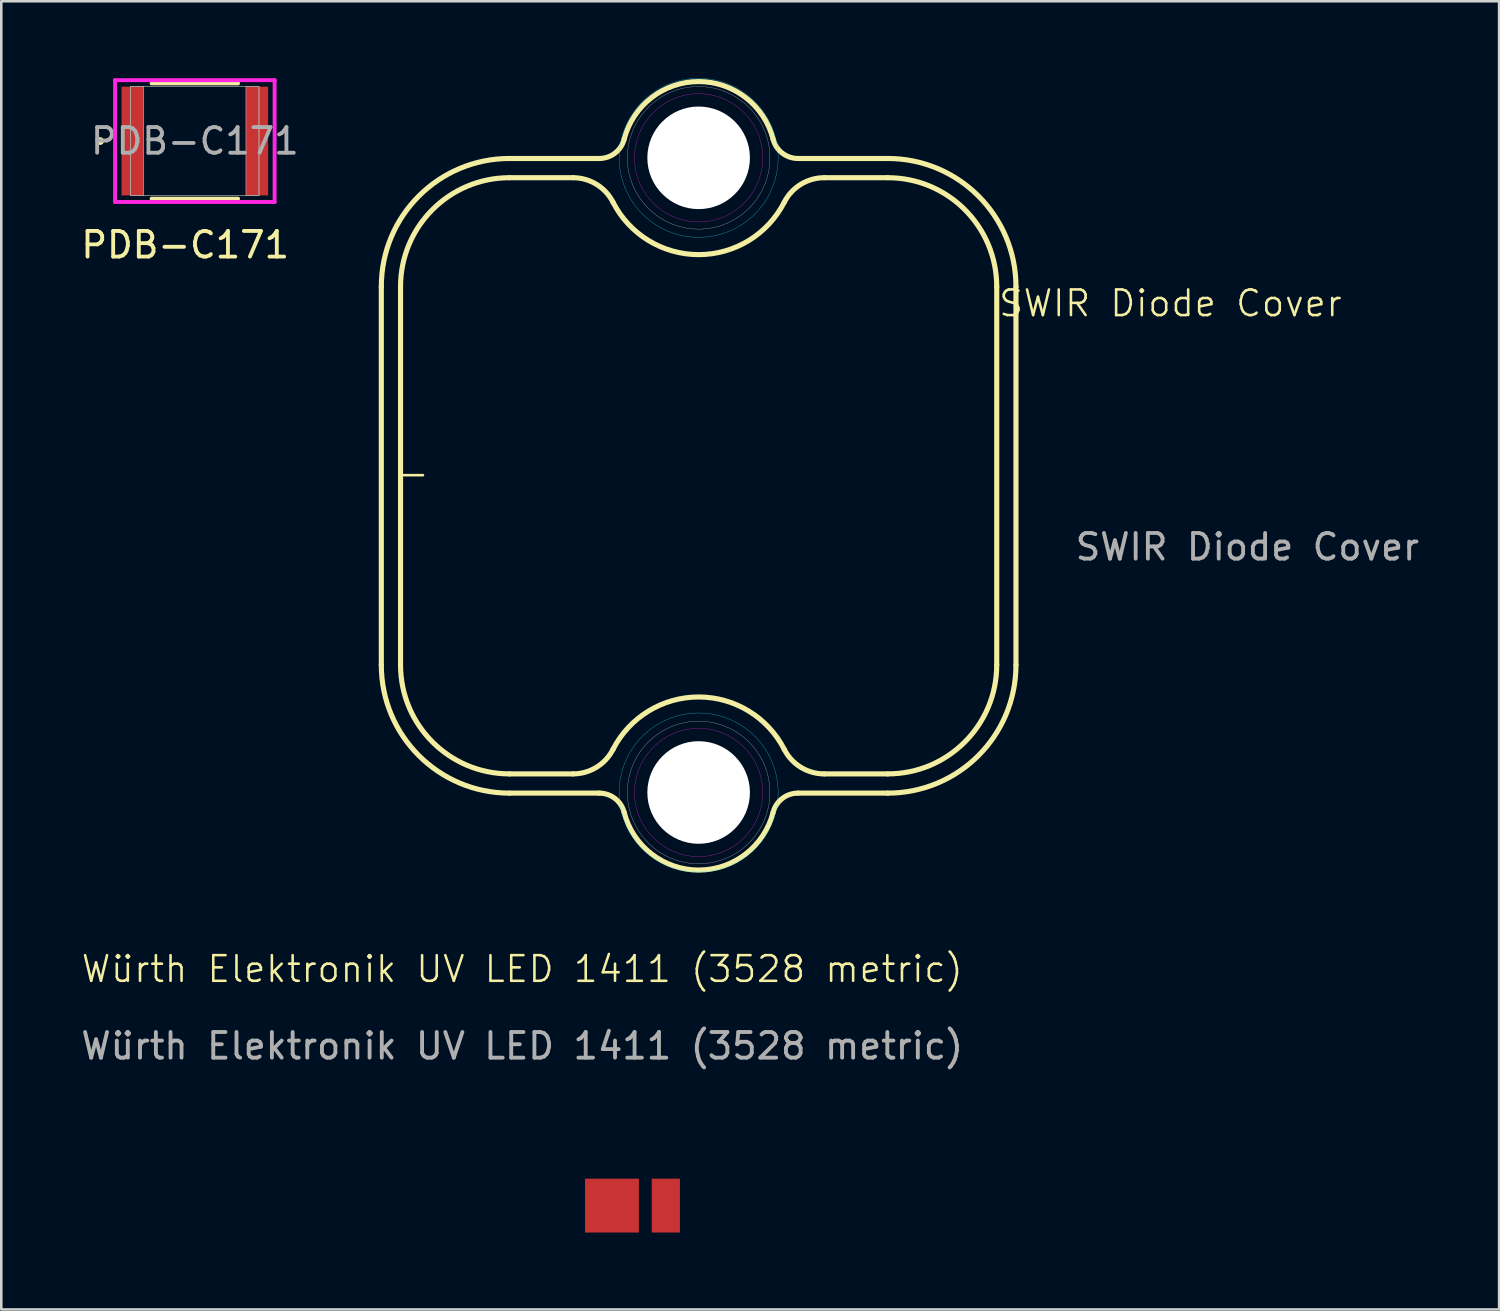
<source format=kicad_pcb>
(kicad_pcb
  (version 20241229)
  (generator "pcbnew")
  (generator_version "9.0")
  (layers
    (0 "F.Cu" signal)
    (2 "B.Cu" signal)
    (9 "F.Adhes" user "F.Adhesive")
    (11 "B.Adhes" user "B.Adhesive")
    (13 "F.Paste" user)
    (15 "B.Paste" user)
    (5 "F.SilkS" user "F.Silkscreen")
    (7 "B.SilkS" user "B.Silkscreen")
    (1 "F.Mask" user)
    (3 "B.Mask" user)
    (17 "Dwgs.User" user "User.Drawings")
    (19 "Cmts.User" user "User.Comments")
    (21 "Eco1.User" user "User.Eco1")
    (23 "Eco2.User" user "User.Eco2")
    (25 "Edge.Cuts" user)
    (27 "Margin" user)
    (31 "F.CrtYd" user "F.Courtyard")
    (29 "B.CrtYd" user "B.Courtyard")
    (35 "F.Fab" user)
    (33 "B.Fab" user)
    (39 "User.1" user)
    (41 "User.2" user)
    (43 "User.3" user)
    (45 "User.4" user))
  (footprint "SWIR Diode Cover"
    (layer "F.Cu")
    (at 24.195 15.48)
    (property "Reference" "SWIR Diode Cover" (at 18.4 -6.7 0) (unlocked yes) (layer "F.SilkS") (effects (font (size 1 1) (thickness 0.1))))
    (attr smd)
    (fp_circle (center 0 -12.375) (end 2.1 -12.375) (stroke (width 0.2) (type solid)) (fill yes) (layer "F.Mask"))
    (fp_circle (center 0 12.375) (end 2.1 12.375) (stroke (width 0.2) (type solid)) (fill yes) (layer "F.Mask"))
    (fp_circle (center 0 -12.375) (end 2.75 -12.375) (stroke (width 0.2) (type solid)) (fill yes) (layer "B.Mask"))
    (fp_circle (center 0 12.375) (end 2.75 12.375) (stroke (width 0.2) (type solid)) (fill yes) (layer "B.Mask"))
    (fp_line (start -12.375 7.4) (end -12.375 -7.35) (stroke (width 0.2) (type default)) (layer "F.SilkS"))
    (fp_line (start -11.625 7.4) (end -11.625 -7.35) (stroke (width 0.2) (type default)) (layer "F.SilkS"))
    (fp_line (start -11.5 0) (end -10.75 0) (stroke (width 0.1) (type default)) (layer "F.SilkS"))
    (fp_line (start -7.375 -11.6) (end -4.899 -11.6) (stroke (width 0.2) (type default)) (layer "F.SilkS"))
    (fp_line (start -4.899 11.65) (end -7.375 11.65) (stroke (width 0.2) (type default)) (layer "F.SilkS"))
    (fp_line (start -3.873 -12.35) (end -7.375 -12.35) (stroke (width 0.2) (type default)) (layer "F.SilkS"))
    (fp_line (start -3.873 12.4) (end -7.375 12.4) (stroke (width 0.2) (type default)) (layer "F.SilkS"))
    (fp_line (start 4.904 -11.6) (end 7.375 -11.6) (stroke (width 0.2) (type default)) (layer "F.SilkS"))
    (fp_line (start 7.375 -12.35) (end 3.873 -12.35) (stroke (width 0.2) (type default)) (layer "F.SilkS"))
    (fp_line (start 7.375 11.65) (end 4.899 11.65) (stroke (width 0.2) (type default)) (layer "F.SilkS"))
    (fp_line (start 7.375 12.4) (end 3.87 12.4) (stroke (width 0.2) (type default)) (layer "F.SilkS"))
    (fp_line (start 11.625 -7.35) (end 11.625 7.4) (stroke (width 0.2) (type default)) (layer "F.SilkS"))
    (fp_line (start 12.375 7.4) (end 12.375 -7.35) (stroke (width 0.2) (type default)) (layer "F.SilkS"))
    (fp_arc (start -12.375 -7.349999) (mid -10.910535 -10.885533) (end -7.375001 -12.35) (stroke (width 0.2) (type default)) (layer "F.SilkS"))
    (fp_arc (start -11.625 -7.350001) (mid -10.380204 -10.355204) (end -7.375001 -11.6) (stroke (width 0.2) (type default)) (layer "F.SilkS"))
    (fp_arc (start -7.375001 11.65) (mid -10.380204 10.405204) (end -11.625 7.400001) (stroke (width 0.2) (type default)) (layer "F.SilkS"))
    (fp_arc (start -7.374999 12.4) (mid -10.910533 10.935535) (end -12.375 7.400001) (stroke (width 0.2) (type default)) (layer "F.SilkS"))
    (fp_arc (start -4.89898 -11.6) (mid -3.985072 -11.342405) (end -3.340213 -10.645455) (stroke (width 0.2) (type default)) (layer "F.SilkS"))
    (fp_arc (start -3.872984 12.4) (mid -3.260612 12.609431) (end -2.904738 13.15) (stroke (width 0.2) (type default)) (layer "F.SilkS"))
    (fp_arc (start -3.340213 10.695455) (mid -3.985072 11.392405) (end -4.89898 11.65) (stroke (width 0.2) (type default)) (layer "F.SilkS"))
    (fp_arc (start -3.340213 10.695455) (mid 0 8.65) (end 3.340213 10.695455) (stroke (width 0.2) (type default)) (layer "F.SilkS"))
    (fp_arc (start -2.904738 -13.1) (mid -3.260611 -12.55943) (end -3.872984 -12.35) (stroke (width 0.2) (type default)) (layer "F.SilkS"))
    (fp_arc (start -2.904738 -13.1) (mid 0 -15.35) (end 2.904738 -13.1) (stroke (width 0.2) (type default)) (layer "F.SilkS"))
    (fp_arc (start 2.904738 13.15) (mid 0 15.4) (end -2.904738 13.15) (stroke (width 0.2) (type default)) (layer "F.SilkS"))
    (fp_arc (start 2.904738 13.15) (mid 3.259246 12.610489) (end 3.869526 12.4) (stroke (width 0.2) (type default)) (layer "F.SilkS"))
    (fp_arc (start 3.340213 -10.645455) (mid 0 -8.6) (end -3.340213 -10.645455) (stroke (width 0.2) (type default)) (layer "F.SilkS"))
    (fp_arc (start 3.340213 -10.645455) (mid 3.987184 -11.343697) (end 4.903929 -11.6) (stroke (width 0.2) (type default)) (layer "F.SilkS"))
    (fp_arc (start 3.87298 -12.35) (mid 3.26061 -12.559431) (end 2.904738 -13.1) (stroke (width 0.2) (type default)) (layer "F.SilkS"))
    (fp_arc (start 4.89898 11.65) (mid 3.985072 11.392405) (end 3.340213 10.695455) (stroke (width 0.2) (type default)) (layer "F.SilkS"))
    (fp_arc (start 7.375 -12.35) (mid 10.910534 -10.885534) (end 12.375 -7.35) (stroke (width 0.2) (type default)) (layer "F.SilkS"))
    (fp_arc (start 7.375 -11.6) (mid 10.380204 -10.355204) (end 11.625 -7.35) (stroke (width 0.2) (type default)) (layer "F.SilkS"))
    (fp_arc (start 11.625 7.4) (mid 10.380204 10.405204) (end 7.375 11.65) (stroke (width 0.2) (type default)) (layer "F.SilkS"))
    (fp_arc (start 12.375 7.4) (mid 10.910534 10.935534) (end 7.375 12.4) (stroke (width 0.2) (type default)) (layer "F.SilkS"))
    (fp_circle (center 0 -12.35) (end 1.2 -12.35) (stroke (width 0.2) (type default)) (fill no) (layer "F.SilkS"))
    (fp_circle (center 0 12.4) (end 1.2 12.4) (stroke (width 0.2) (type default)) (fill no) (layer "F.SilkS"))
    (fp_circle (center 0 -12.375) (end 3.1 -12.375) (stroke (width 0.01) (type solid)) (fill no) (layer "B.CrtYd"))
    (fp_circle (center 0 12.375) (end 3.1 12.375) (stroke (width 0.01) (type solid)) (fill no) (layer "B.CrtYd"))
    (fp_circle (center 0 -12.375) (end 2.5 -12.375) (stroke (width 0.01) (type solid)) (fill no) (layer "F.CrtYd"))
    (fp_circle (center 0 12.375) (end 2.5 12.375) (stroke (width 0.01) (type solid)) (fill no) (layer "F.CrtYd"))
    (fp_circle (center 0 -12.375) (end 1.2 -12.375) (stroke (width 0.01) (type solid)) (fill no) (layer "B.Fab"))
    (fp_circle (center 0 -12.375) (end 2.78 -12.375) (stroke (width 0.01) (type solid)) (fill no) (layer "B.Fab"))
    (fp_circle (center 0 12.375) (end 1.2 12.375) (stroke (width 0.01) (type solid)) (fill no) (layer "B.Fab"))
    (fp_circle (center 0 12.375) (end 2.78 12.375) (stroke (width 0.01) (type solid)) (fill no) (layer "B.Fab"))
    (fp_circle (center 0 -12.375) (end 1.2 -12.375) (stroke (width 0.01) (type solid)) (fill no) (layer "F.Fab"))
    (fp_circle (center 0 -12.375) (end 2.78 -12.375) (stroke (width 0.01) (type solid)) (fill no) (layer "F.Fab"))
    (fp_circle (center 0 12.375) (end 1.2 12.375) (stroke (width 0.01) (type solid)) (fill no) (layer "F.Fab"))
    (fp_circle (center 0 12.375) (end 2.78 12.375) (stroke (width 0.01) (type solid)) (fill no) (layer "F.Fab"))
    (fp_text user "${REFERENCE}" (at 21.4 2.8 0) (unlocked yes) (layer "F.Fab") (effects (font (size 1 1) (thickness 0.15))))
    (pad "" np_thru_hole circle (at 0 -12.375) (size 4 4) (drill 4) (layers "*.Cu" "*.Mask"))
    (pad "" np_thru_hole circle (at 0 12.375) (size 4 4) (drill 4) (layers "*.Cu" "*.Mask"))
    (zone (net_name "") (layer "F.Cu") (hatch edge 0.508) (connect_pads) (min_thickness 0.254) (filled_areas_thickness no) (keepout (tracks not_allowed) (vias not_allowed) (pads allowed) (copperpour not_allowed) (footprints allowed)) (placement (enabled no)) (fill) (polygon (pts (xy 26.395 3.105) (xy 26.362 2.723) (xy 26.263 2.353) (xy 26.1 2.005) (xy 25.881 1.691) (xy 25.609 1.42) (xy 25.295 1.2) (xy 24.948 1.038) (xy 24.577 0.938) (xy 24.195 0.905) (xy 23.813 0.938) (xy 23.443 1.038) (xy 23.095 1.2) (xy 22.781 1.42) (xy 22.51 1.691) (xy 22.29 2.005) (xy 22.128 2.353) (xy 22.029 2.723) (xy 21.995 3.105) (xy 22.029 3.487) (xy 22.128 3.857) (xy 22.29 4.205) (xy 22.51 4.519) (xy 22.781 4.79) (xy 23.095 5.01) (xy 23.443 5.172) (xy 23.813 5.272) (xy 24.195 5.305) (xy 24.577 5.272) (xy 24.948 5.172) (xy 25.295 5.01) (xy 25.609 4.79) (xy 25.881 4.519) (xy 26.1 4.205) (xy 26.263 3.857) (xy 26.362 3.487))))
    (zone (net_name "") (layer "F.Cu") (hatch edge 0.508) (connect_pads) (min_thickness 0.254) (filled_areas_thickness no) (keepout (tracks not_allowed) (vias not_allowed) (pads allowed) (copperpour not_allowed) (footprints allowed)) (placement (enabled no)) (fill) (polygon (pts (xy 26.395 27.855) (xy 26.362 27.473) (xy 26.263 27.103) (xy 26.1 26.755) (xy 25.881 26.441) (xy 25.609 26.17) (xy 25.295 25.95) (xy 24.948 25.788) (xy 24.577 25.688) (xy 24.195 25.655) (xy 23.813 25.688) (xy 23.443 25.788) (xy 23.095 25.95) (xy 22.781 26.17) (xy 22.51 26.441) (xy 22.29 26.755) (xy 22.128 27.103) (xy 22.029 27.473) (xy 21.995 27.855) (xy 22.029 28.237) (xy 22.128 28.607) (xy 22.29 28.955) (xy 22.51 29.269) (xy 22.781 29.54) (xy 23.095 29.76) (xy 23.443 29.922) (xy 23.813 30.022) (xy 24.195 30.055) (xy 24.577 30.022) (xy 24.948 29.922) (xy 25.295 29.76) (xy 25.609 29.54) (xy 25.881 29.269) (xy 26.1 28.955) (xy 26.263 28.607) (xy 26.362 28.237))))
    (zone (net_name "") (layer "B.Cu") (hatch edge 0.508) (connect_pads) (min_thickness 0.254) (filled_areas_thickness no) (keepout (tracks not_allowed) (vias not_allowed) (pads allowed) (copperpour not_allowed) (footprints allowed)) (placement (enabled no)) (fill) (polygon (pts (xy 27.195 3.105) (xy 27.15 2.584) (xy 27.014 2.079) (xy 26.793 1.605) (xy 26.493 1.177) (xy 26.124 0.807) (xy 25.695 0.507) (xy 25.221 0.286) (xy 24.716 0.151) (xy 24.195 0.105) (xy 23.674 0.151) (xy 23.169 0.286) (xy 22.695 0.507) (xy 22.267 0.807) (xy 21.897 1.177) (xy 21.597 1.605) (xy 21.376 2.079) (xy 21.241 2.584) (xy 21.195 3.105) (xy 21.241 3.626) (xy 21.376 4.131) (xy 21.597 4.605) (xy 21.897 5.033) (xy 22.267 5.403) (xy 22.695 5.703) (xy 23.169 5.924) (xy 23.674 6.059) (xy 24.195 6.105) (xy 24.716 6.059) (xy 25.221 5.924) (xy 25.695 5.703) (xy 26.124 5.403) (xy 26.493 5.033) (xy 26.793 4.605) (xy 27.014 4.131) (xy 27.15 3.626))))
    (zone (net_name "") (layer "B.Cu") (hatch edge 0.508) (connect_pads) (min_thickness 0.254) (filled_areas_thickness no) (keepout (tracks not_allowed) (vias not_allowed) (pads allowed) (copperpour not_allowed) (footprints allowed)) (placement (enabled no)) (fill) (polygon (pts (xy 27.195 27.855) (xy 27.15 27.334) (xy 27.014 26.829) (xy 26.793 26.355) (xy 26.493 25.927) (xy 26.124 25.557) (xy 25.695 25.257) (xy 25.221 25.036) (xy 24.716 24.901) (xy 24.195 24.855) (xy 23.674 24.901) (xy 23.169 25.036) (xy 22.695 25.257) (xy 22.267 25.557) (xy 21.897 25.927) (xy 21.597 26.355) (xy 21.376 26.829) (xy 21.241 27.334) (xy 21.195 27.855) (xy 21.241 28.376) (xy 21.376 28.881) (xy 21.597 29.355) (xy 21.897 29.783) (xy 22.267 30.153) (xy 22.695 30.453) (xy 23.169 30.674) (xy 23.674 30.809) (xy 24.195 30.855) (xy 24.716 30.809) (xy 25.221 30.674) (xy 25.695 30.453) (xy 26.124 30.153) (xy 26.493 29.783) (xy 26.793 29.355) (xy 27.014 28.881) (xy 27.15 28.376)))))
  (footprint "PDB-C171"
    (layer "F.Cu")
    (at 4.548 2.451)
    (property "Reference" "PDB-C171" (at -0.375 4.05 0) (unlocked yes) (layer "F.SilkS") (effects (font (size 1 1) (thickness 0.15))))
    (attr smd)
    (fp_line (start -1.686 2.248) (end 1.686 2.248) (stroke (width 0.152) (type solid)) (layer "F.SilkS"))
    (fp_line (start 1.686 -2.248) (end -1.686 -2.248) (stroke (width 0.152) (type solid)) (layer "F.SilkS"))
    (fp_circle (center -3.696 0) (end -3.619 0) (stroke (width 0.152) (type solid)) (fill no) (layer "F.SilkS"))
    (fp_line (start -3.111 -2.375) (end 3.111 -2.375) (stroke (width 0.152) (type solid)) (layer "F.CrtYd"))
    (fp_line (start -3.111 2.375) (end -3.111 -2.375) (stroke (width 0.152) (type solid)) (layer "F.CrtYd"))
    (fp_line (start 3.111 -2.375) (end 3.111 2.375) (stroke (width 0.152) (type solid)) (layer "F.CrtYd"))
    (fp_line (start 3.111 2.375) (end -3.111 2.375) (stroke (width 0.152) (type solid)) (layer "F.CrtYd"))
    (fp_line (start -2.502 -2.121) (end -2.502 2.121) (stroke (width 0.025) (type solid)) (layer "F.Fab"))
    (fp_line (start -2.502 -2.121) (end -2.502 2.121) (stroke (width 0.025) (type solid)) (layer "F.Fab"))
    (fp_line (start -2.502 2.121) (end -1.994 2.121) (stroke (width 0.025) (type solid)) (layer "F.Fab"))
    (fp_line (start -2.502 2.121) (end 2.502 2.121) (stroke (width 0.025) (type solid)) (layer "F.Fab"))
    (fp_line (start -1.994 -2.121) (end -2.502 -2.121) (stroke (width 0.025) (type solid)) (layer "F.Fab"))
    (fp_line (start -1.994 2.121) (end -1.994 -2.121) (stroke (width 0.025) (type solid)) (layer "F.Fab"))
    (fp_line (start 1.994 -2.121) (end 1.994 2.121) (stroke (width 0.025) (type solid)) (layer "F.Fab"))
    (fp_line (start 1.994 2.121) (end 2.502 2.121) (stroke (width 0.025) (type solid)) (layer "F.Fab"))
    (fp_line (start 2.502 -2.121) (end -2.502 -2.121) (stroke (width 0.025) (type solid)) (layer "F.Fab"))
    (fp_line (start 2.502 -2.121) (end 1.994 -2.121) (stroke (width 0.025) (type solid)) (layer "F.Fab"))
    (fp_line (start 2.502 2.121) (end 2.502 -2.121) (stroke (width 0.025) (type solid)) (layer "F.Fab"))
    (fp_line (start 2.502 2.121) (end 2.502 -2.121) (stroke (width 0.025) (type solid)) (layer "F.Fab"))
    (fp_circle (center -2.248 0) (end -2.172 0) (stroke (width 0.025) (type solid)) (fill no) (layer "F.Fab"))
    (fp_text user "${REFERENCE}" (at 0 0 0) (unlocked yes) (layer "F.Fab") (effects (font (size 1 1) (thickness 0.15))))
    (pad "1" smd rect (at -2.426 0) (size 0.864 4.242) (layers "F.Cu" "F.Mask" "F.Paste"))
    (pad "2" smd rect (at 2.426 0) (size 0.864 4.242) (layers "F.Cu" "F.Mask" "F.Paste"))
    (zone (net_name "") (layer "F.Cu") (hatch full 0.508) (connect_pads) (min_thickness 0.254) (filled_areas_thickness no) (keepout (tracks not_allowed) (vias not_allowed) (pads allowed) (copperpour not_allowed) (footprints allowed)) (placement (enabled no)) (fill) (polygon (pts (xy 2.605 0.381) (xy 6.491 0.381) (xy 6.491 4.521) (xy 2.605 4.521)))))
  (footprint "Würth Elektronik UV LED 1411 (3528 metric)"
    (layer "F.Cu")
    (at 19.765 42.916)
    (property "Reference" "Würth Elektronik UV LED 1411 (3528 metric)" (at -2.45 -8.175 0) (unlocked yes) (layer "F.SilkS") (effects (font (size 1 1) (thickness 0.1))))
    (attr smd)
    (fp_text user "${REFERENCE}" (at -2.45 -5.175 0) (unlocked yes) (layer "F.Fab") (effects (font (size 1 1) (thickness 0.15))))
    (pad "1" smd rect (at 1.05 1.05) (size 2.1 2.1) (layers "F.Cu" "F.Mask" "F.Paste"))
    (pad "2" smd rect (at 3.15 1.05) (size 1.1 2.1) (layers "F.Cu" "F.Mask" "F.Paste")))
  (gr_rect
    (start -3 -3)
    (end 55.411 48.016)
    (stroke (width 0.1) (type default))
    (fill no)
    (layer "Edge.Cuts")))
</source>
